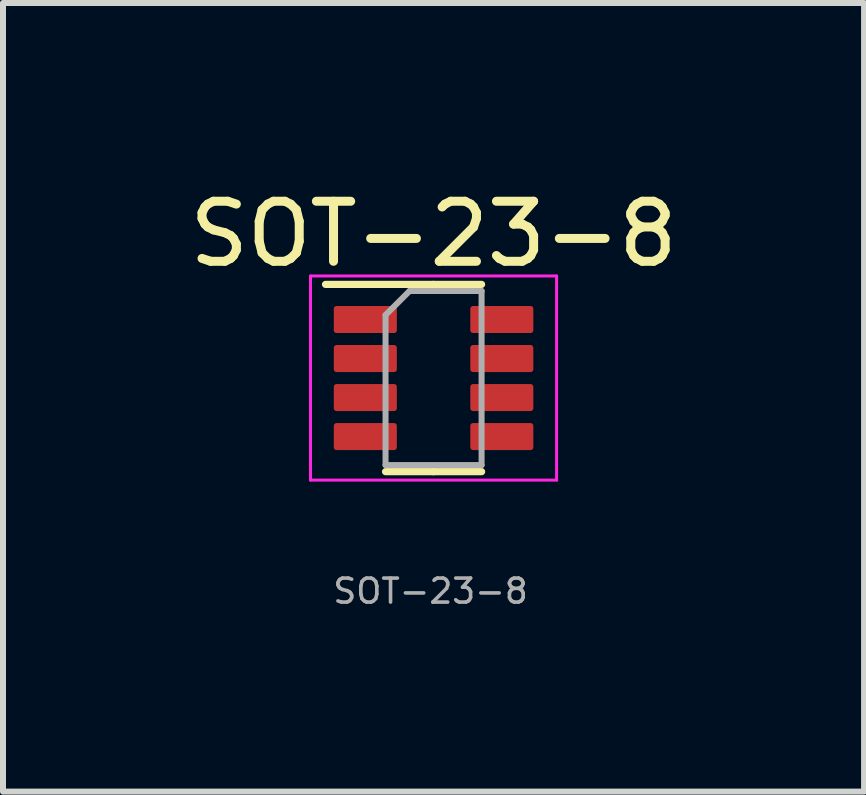
<source format=kicad_pcb>
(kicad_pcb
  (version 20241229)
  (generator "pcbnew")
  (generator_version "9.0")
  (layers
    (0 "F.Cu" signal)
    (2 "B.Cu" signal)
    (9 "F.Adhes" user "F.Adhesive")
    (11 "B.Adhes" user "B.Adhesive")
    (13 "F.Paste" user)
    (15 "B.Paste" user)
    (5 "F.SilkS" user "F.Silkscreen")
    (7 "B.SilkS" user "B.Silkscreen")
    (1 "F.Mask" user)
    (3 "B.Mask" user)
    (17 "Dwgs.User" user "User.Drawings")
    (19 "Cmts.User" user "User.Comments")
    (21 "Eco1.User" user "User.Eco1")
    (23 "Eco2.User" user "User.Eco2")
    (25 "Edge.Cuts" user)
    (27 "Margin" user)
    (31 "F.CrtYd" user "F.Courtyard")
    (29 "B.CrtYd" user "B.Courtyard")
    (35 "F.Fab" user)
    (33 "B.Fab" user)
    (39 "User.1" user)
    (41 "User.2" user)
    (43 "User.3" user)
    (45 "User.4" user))
  (footprint "SOT-23-8"
    (layer "F.Cu")
    (at 4.173 3.248)
    (property "Reference" "SOT-23-8" (at 0 -2.4 0) (layer "F.SilkS") (effects (font (size 1 1) (thickness 0.15))))
    (attr smd)
    (fp_line (start 0 -1.56) (end -1.8 -1.56) (stroke (width 0.12) (type solid)) (layer "F.SilkS"))
    (fp_line (start 0 -1.56) (end 0.8 -1.56) (stroke (width 0.12) (type solid)) (layer "F.SilkS"))
    (fp_line (start 0 1.56) (end -0.8 1.56) (stroke (width 0.12) (type solid)) (layer "F.SilkS"))
    (fp_line (start 0 1.56) (end 0.8 1.56) (stroke (width 0.12) (type solid)) (layer "F.SilkS"))
    (fp_line (start -2.05 -1.7) (end -2.05 1.7) (stroke (width 0.05) (type solid)) (layer "F.CrtYd"))
    (fp_line (start -2.05 1.7) (end 2.05 1.7) (stroke (width 0.05) (type solid)) (layer "F.CrtYd"))
    (fp_line (start 2.05 -1.7) (end -2.05 -1.7) (stroke (width 0.05) (type solid)) (layer "F.CrtYd"))
    (fp_line (start 2.05 1.7) (end 2.05 -1.7) (stroke (width 0.05) (type solid)) (layer "F.CrtYd"))
    (fp_line (start -0.8 -1.05) (end -0.4 -1.45) (stroke (width 0.1) (type solid)) (layer "F.Fab"))
    (fp_line (start -0.8 1.45) (end -0.8 -1.05) (stroke (width 0.1) (type solid)) (layer "F.Fab"))
    (fp_line (start -0.4 -1.45) (end 0.8 -1.45) (stroke (width 0.1) (type solid)) (layer "F.Fab"))
    (fp_line (start 0.8 -1.45) (end 0.8 1.45) (stroke (width 0.1) (type solid)) (layer "F.Fab"))
    (fp_line (start 0.8 1.45) (end -0.8 1.45) (stroke (width 0.1) (type solid)) (layer "F.Fab"))
    (fp_text user "${REFERENCE}" (at -0.05 3.55 0) (layer "F.Fab") (effects (font (size 0.4 0.4) (thickness 0.06))))
    (pad "1" smd roundrect (at -1.137 -0.975) (size 1.05 0.45) (layers "F.Cu" "F.Mask" "F.Paste") (roundrect_rratio 0.1))
    (pad "2" smd roundrect (at -1.137 -0.325) (size 1.05 0.45) (layers "F.Cu" "F.Mask" "F.Paste") (roundrect_rratio 0.1))
    (pad "3" smd roundrect (at -1.137 0.325) (size 1.05 0.45) (layers "F.Cu" "F.Mask" "F.Paste") (roundrect_rratio 0.1))
    (pad "4" smd roundrect (at -1.137 0.975) (size 1.05 0.45) (layers "F.Cu" "F.Mask" "F.Paste") (roundrect_rratio 0.1))
    (pad "5" smd roundrect (at 1.137 0.975) (size 1.05 0.45) (layers "F.Cu" "F.Mask" "F.Paste") (roundrect_rratio 0.1))
    (pad "6" smd roundrect (at 1.137 0.325) (size 1.05 0.45) (layers "F.Cu" "F.Mask" "F.Paste") (roundrect_rratio 0.1))
    (pad "7" smd roundrect (at 1.137 -0.325) (size 1.05 0.45) (layers "F.Cu" "F.Mask" "F.Paste") (roundrect_rratio 0.1))
    (pad "8" smd roundrect (at 1.137 -0.975) (size 1.05 0.45) (layers "F.Cu" "F.Mask" "F.Paste") (roundrect_rratio 0.1)))
  (gr_rect
    (start -3 -3)
    (end 11.345 10.138)
    (stroke (width 0.1) (type default))
    (fill no)
    (layer "Edge.Cuts")))
</source>
